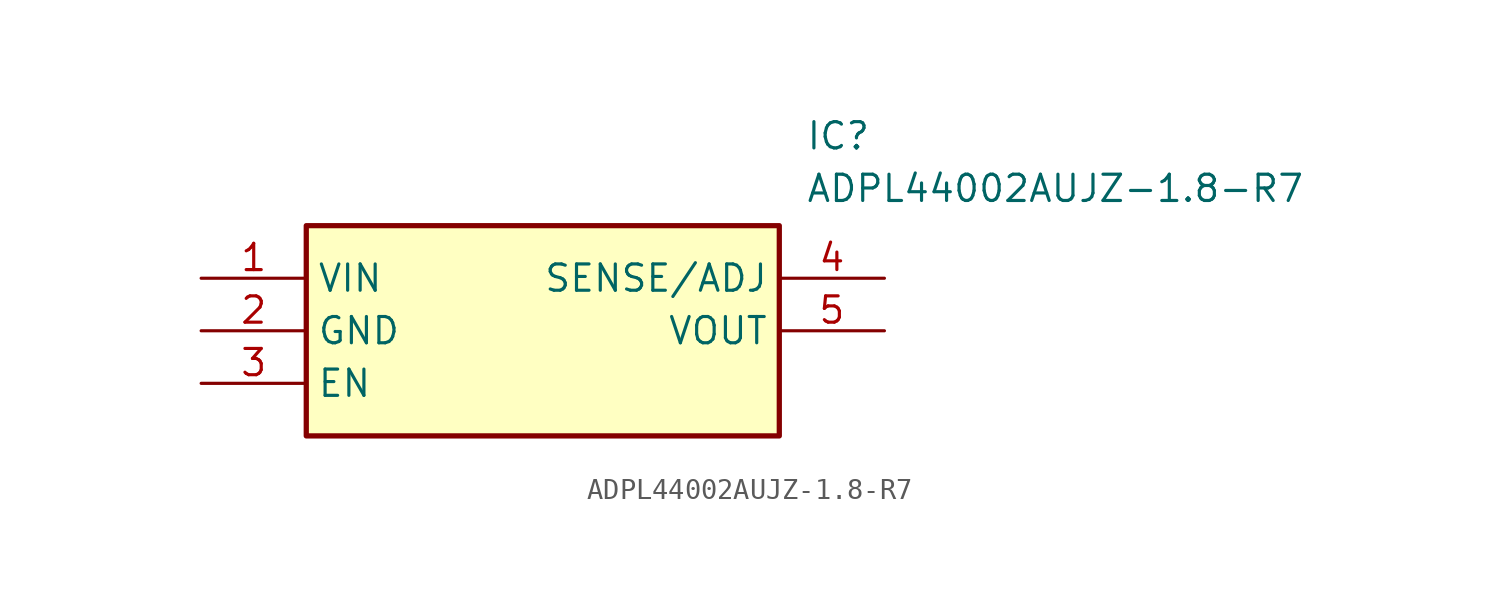
<source format=kicad_sym>
(kicad_symbol_lib
  (version 20211014)
  (generator SamacSys_ECAD_Model)
  (symbol "ADPL44002AUJZ-1.8-R7"
    (property "Reference" "IC"
      (at 29.21 7.62 0)
      (effects (font (size 1.27 1.27)) (justify left top)))
    (property "Value" "ADPL44002AUJZ-1.8-R7"
      (at 29.21 5.08 0)
      (effects (font (size 1.27 1.27)) (justify left top)))
    (rectangle
      (start 5.08 2.54)
      (end 27.94 -7.62)
      (stroke (width 0.254) (type default))
      (fill (type background)))
    (pin passive line
      (at 0 0 0)
      (length 5.08)
      (name "VIN" (effects (font (size 1.27 1.27))))
      (number "1" (effects (font (size 1.27 1.27)))))
    (pin passive line
      (at 0 -2.54 0)
      (length 5.08)
      (name "GND" (effects (font (size 1.27 1.27))))
      (number "2" (effects (font (size 1.27 1.27)))))
    (pin passive line
      (at 0 -5.08 0)
      (length 5.08)
      (name "EN" (effects (font (size 1.27 1.27))))
      (number "3" (effects (font (size 1.27 1.27)))))
    (pin passive line
      (at 33.02 0 180)
      (length 5.08)
      (name "SENSE/ADJ" (effects (font (size 1.27 1.27))))
      (number "4" (effects (font (size 1.27 1.27)))))
    (pin passive line
      (at 33.02 -2.54 180)
      (length 5.08)
      (name "VOUT" (effects (font (size 1.27 1.27))))
      (number "5" (effects (font (size 1.27 1.27)))))))
</source>
